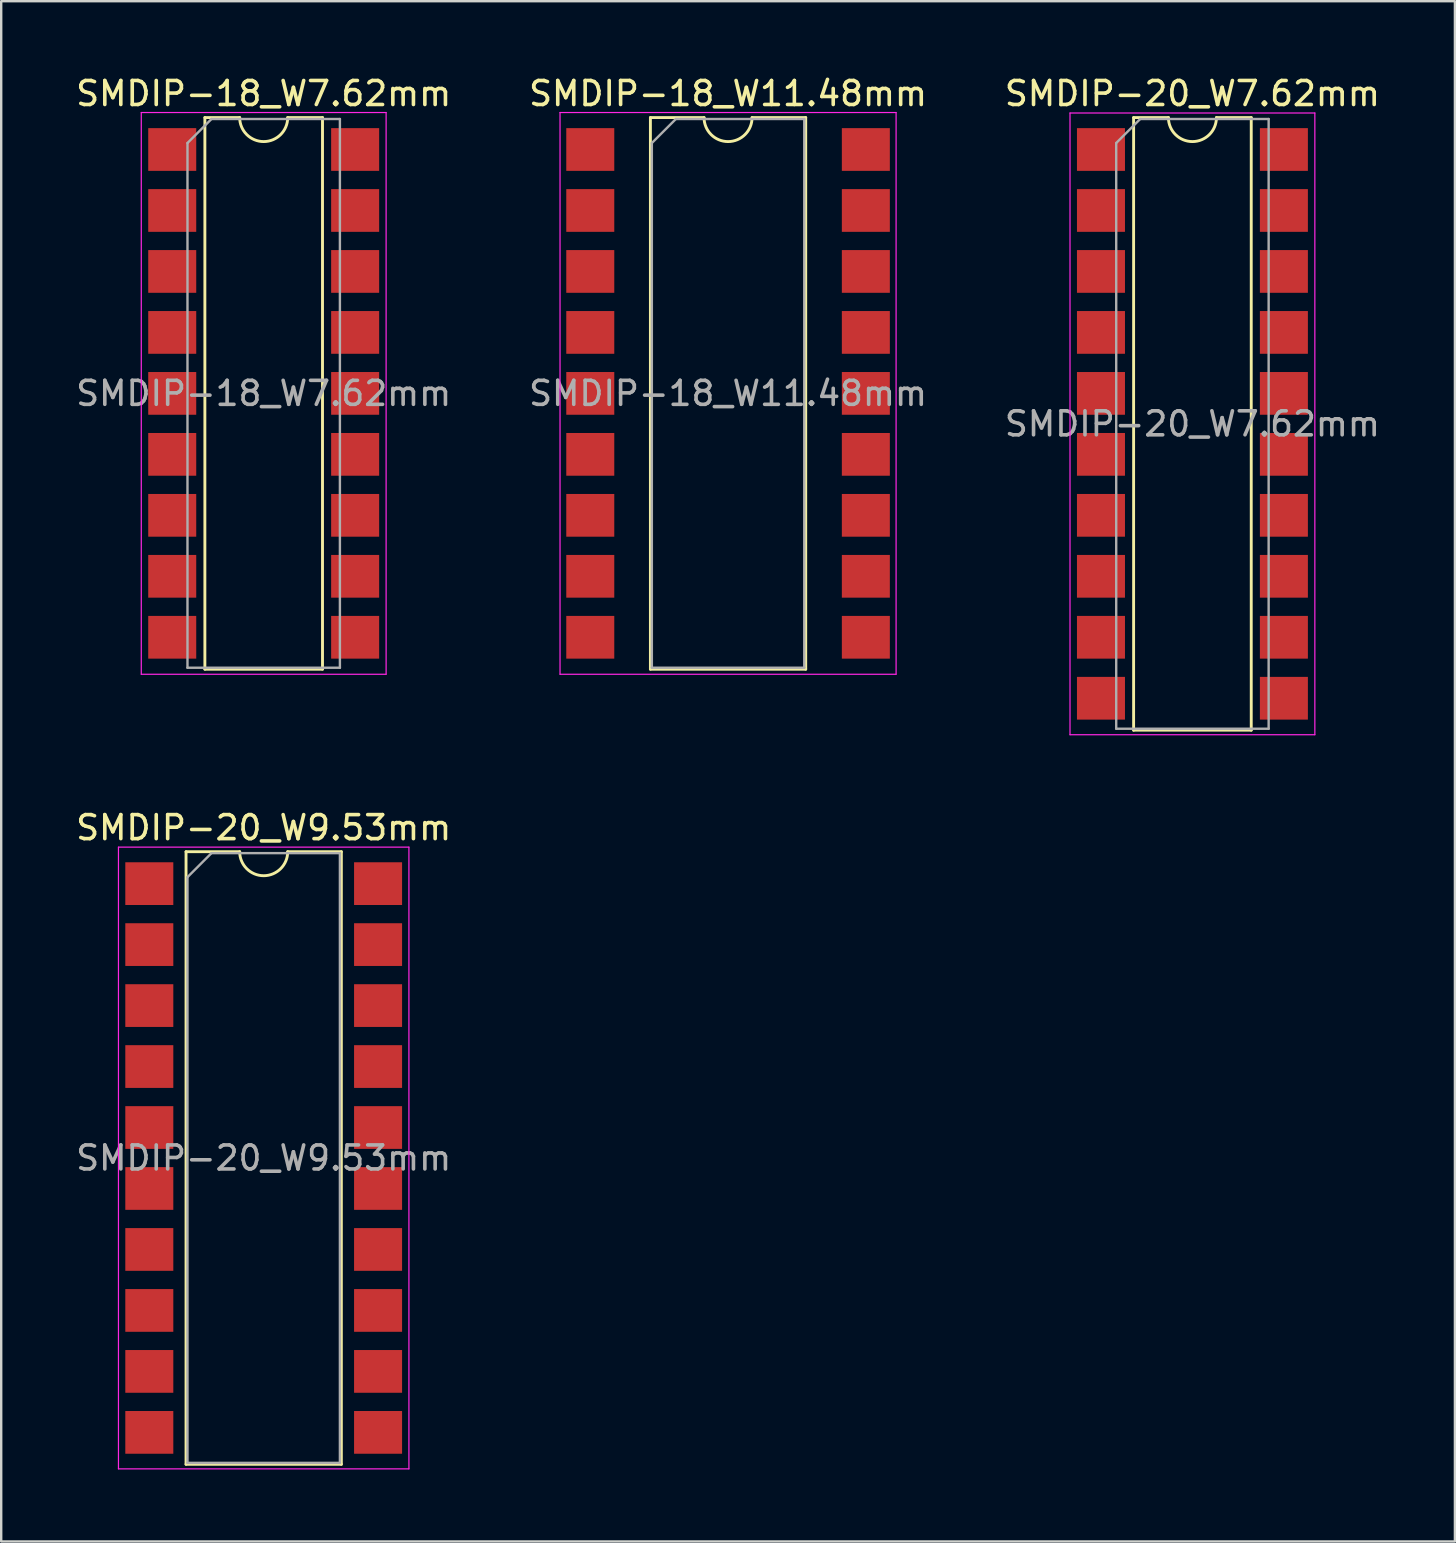
<source format=kicad_pcb>
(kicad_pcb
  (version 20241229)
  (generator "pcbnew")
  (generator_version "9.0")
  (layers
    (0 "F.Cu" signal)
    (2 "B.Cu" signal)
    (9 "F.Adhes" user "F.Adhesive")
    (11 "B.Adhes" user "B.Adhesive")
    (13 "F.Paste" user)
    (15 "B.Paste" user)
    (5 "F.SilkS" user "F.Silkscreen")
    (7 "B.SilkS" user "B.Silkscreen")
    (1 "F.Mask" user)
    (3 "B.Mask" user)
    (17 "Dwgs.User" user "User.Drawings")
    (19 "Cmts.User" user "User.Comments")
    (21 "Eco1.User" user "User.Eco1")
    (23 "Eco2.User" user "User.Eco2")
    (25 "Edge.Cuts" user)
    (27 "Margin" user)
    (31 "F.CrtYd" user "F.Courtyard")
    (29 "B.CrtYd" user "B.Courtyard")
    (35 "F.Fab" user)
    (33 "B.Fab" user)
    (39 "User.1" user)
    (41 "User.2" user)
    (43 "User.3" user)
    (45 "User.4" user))
  (footprint "SMDIP-18_W7.62mm"
    (layer "F.Cu")
    (at 7.935 13.338)
    (property "Reference" "SMDIP-18_W7.62mm" (at 0 -12.49 0) (layer "F.SilkS") (effects (font (size 1 1) (thickness 0.15))))
    (attr smd)
    (fp_line (start -2.45 -11.49) (end -2.45 11.49) (stroke (width 0.12) (type solid)) (layer "F.SilkS"))
    (fp_line (start -2.45 11.49) (end 2.45 11.49) (stroke (width 0.12) (type solid)) (layer "F.SilkS"))
    (fp_line (start -1 -11.49) (end -2.45 -11.49) (stroke (width 0.12) (type solid)) (layer "F.SilkS"))
    (fp_line (start 2.45 -11.49) (end 1 -11.49) (stroke (width 0.12) (type solid)) (layer "F.SilkS"))
    (fp_line (start 2.45 11.49) (end 2.45 -11.49) (stroke (width 0.12) (type solid)) (layer "F.SilkS"))
    (fp_arc (start 1 -11.49) (mid 0 -10.49) (end -1 -11.49) (stroke (width 0.12) (type solid)) (layer "F.SilkS"))
    (fp_line (start -5.1 -11.7) (end -5.1 11.7) (stroke (width 0.05) (type solid)) (layer "F.CrtYd"))
    (fp_line (start -5.1 11.7) (end 5.1 11.7) (stroke (width 0.05) (type solid)) (layer "F.CrtYd"))
    (fp_line (start 5.1 -11.7) (end -5.1 -11.7) (stroke (width 0.05) (type solid)) (layer "F.CrtYd"))
    (fp_line (start 5.1 11.7) (end 5.1 -11.7) (stroke (width 0.05) (type solid)) (layer "F.CrtYd"))
    (fp_line (start -3.175 -10.43) (end -2.175 -11.43) (stroke (width 0.1) (type solid)) (layer "F.Fab"))
    (fp_line (start -3.175 11.43) (end -3.175 -10.43) (stroke (width 0.1) (type solid)) (layer "F.Fab"))
    (fp_line (start -2.175 -11.43) (end 3.175 -11.43) (stroke (width 0.1) (type solid)) (layer "F.Fab"))
    (fp_line (start 3.175 -11.43) (end 3.175 11.43) (stroke (width 0.1) (type solid)) (layer "F.Fab"))
    (fp_line (start 3.175 11.43) (end -3.175 11.43) (stroke (width 0.1) (type solid)) (layer "F.Fab"))
    (fp_text user "${REFERENCE}" (at 0 0 0) (layer "F.Fab") (effects (font (size 1 1) (thickness 0.15))))
    (pad "1" smd rect (at -3.81 -10.16) (size 2 1.78) (layers "F.Cu" "F.Mask" "F.Paste"))
    (pad "2" smd rect (at -3.81 -7.62) (size 2 1.78) (layers "F.Cu" "F.Mask" "F.Paste"))
    (pad "3" smd rect (at -3.81 -5.08) (size 2 1.78) (layers "F.Cu" "F.Mask" "F.Paste"))
    (pad "4" smd rect (at -3.81 -2.54) (size 2 1.78) (layers "F.Cu" "F.Mask" "F.Paste"))
    (pad "5" smd rect (at -3.81 0) (size 2 1.78) (layers "F.Cu" "F.Mask" "F.Paste"))
    (pad "6" smd rect (at -3.81 2.54) (size 2 1.78) (layers "F.Cu" "F.Mask" "F.Paste"))
    (pad "7" smd rect (at -3.81 5.08) (size 2 1.78) (layers "F.Cu" "F.Mask" "F.Paste"))
    (pad "8" smd rect (at -3.81 7.62) (size 2 1.78) (layers "F.Cu" "F.Mask" "F.Paste"))
    (pad "9" smd rect (at -3.81 10.16) (size 2 1.78) (layers "F.Cu" "F.Mask" "F.Paste"))
    (pad "10" smd rect (at 3.81 10.16) (size 2 1.78) (layers "F.Cu" "F.Mask" "F.Paste"))
    (pad "11" smd rect (at 3.81 7.62) (size 2 1.78) (layers "F.Cu" "F.Mask" "F.Paste"))
    (pad "12" smd rect (at 3.81 5.08) (size 2 1.78) (layers "F.Cu" "F.Mask" "F.Paste"))
    (pad "13" smd rect (at 3.81 2.54) (size 2 1.78) (layers "F.Cu" "F.Mask" "F.Paste"))
    (pad "14" smd rect (at 3.81 0) (size 2 1.78) (layers "F.Cu" "F.Mask" "F.Paste"))
    (pad "15" smd rect (at 3.81 -2.54) (size 2 1.78) (layers "F.Cu" "F.Mask" "F.Paste"))
    (pad "16" smd rect (at 3.81 -5.08) (size 2 1.78) (layers "F.Cu" "F.Mask" "F.Paste"))
    (pad "17" smd rect (at 3.81 -7.62) (size 2 1.78) (layers "F.Cu" "F.Mask" "F.Paste"))
    (pad "18" smd rect (at 3.81 -10.16) (size 2 1.78) (layers "F.Cu" "F.Mask" "F.Paste")))
  (footprint "SMDIP-20_W9.53mm"
    (layer "F.Cu")
    (at 7.935 45.191)
    (property "Reference" "SMDIP-20_W9.53mm" (at 0 -13.76 0) (layer "F.SilkS") (effects (font (size 1 1) (thickness 0.15))))
    (attr smd)
    (fp_line (start -3.235 -12.76) (end -3.235 12.76) (stroke (width 0.12) (type solid)) (layer "F.SilkS"))
    (fp_line (start -3.235 12.76) (end 3.235 12.76) (stroke (width 0.12) (type solid)) (layer "F.SilkS"))
    (fp_line (start -1 -12.76) (end -3.235 -12.76) (stroke (width 0.12) (type solid)) (layer "F.SilkS"))
    (fp_line (start 3.235 -12.76) (end 1 -12.76) (stroke (width 0.12) (type solid)) (layer "F.SilkS"))
    (fp_line (start 3.235 12.76) (end 3.235 -12.76) (stroke (width 0.12) (type solid)) (layer "F.SilkS"))
    (fp_arc (start 1 -12.76) (mid 0 -11.76) (end -1 -12.76) (stroke (width 0.12) (type solid)) (layer "F.SilkS"))
    (fp_line (start -6.05 -12.95) (end -6.05 12.95) (stroke (width 0.05) (type solid)) (layer "F.CrtYd"))
    (fp_line (start -6.05 12.95) (end 6.05 12.95) (stroke (width 0.05) (type solid)) (layer "F.CrtYd"))
    (fp_line (start 6.05 -12.95) (end -6.05 -12.95) (stroke (width 0.05) (type solid)) (layer "F.CrtYd"))
    (fp_line (start 6.05 12.95) (end 6.05 -12.95) (stroke (width 0.05) (type solid)) (layer "F.CrtYd"))
    (fp_line (start -3.175 -11.7) (end -2.175 -12.7) (stroke (width 0.1) (type solid)) (layer "F.Fab"))
    (fp_line (start -3.175 12.7) (end -3.175 -11.7) (stroke (width 0.1) (type solid)) (layer "F.Fab"))
    (fp_line (start -2.175 -12.7) (end 3.175 -12.7) (stroke (width 0.1) (type solid)) (layer "F.Fab"))
    (fp_line (start 3.175 -12.7) (end 3.175 12.7) (stroke (width 0.1) (type solid)) (layer "F.Fab"))
    (fp_line (start 3.175 12.7) (end -3.175 12.7) (stroke (width 0.1) (type solid)) (layer "F.Fab"))
    (fp_text user "${REFERENCE}" (at 0 0 0) (layer "F.Fab") (effects (font (size 1 1) (thickness 0.15))))
    (pad "1" smd rect (at -4.765 -11.43) (size 2 1.78) (layers "F.Cu" "F.Mask" "F.Paste"))
    (pad "2" smd rect (at -4.765 -8.89) (size 2 1.78) (layers "F.Cu" "F.Mask" "F.Paste"))
    (pad "3" smd rect (at -4.765 -6.35) (size 2 1.78) (layers "F.Cu" "F.Mask" "F.Paste"))
    (pad "4" smd rect (at -4.765 -3.81) (size 2 1.78) (layers "F.Cu" "F.Mask" "F.Paste"))
    (pad "5" smd rect (at -4.765 -1.27) (size 2 1.78) (layers "F.Cu" "F.Mask" "F.Paste"))
    (pad "6" smd rect (at -4.765 1.27) (size 2 1.78) (layers "F.Cu" "F.Mask" "F.Paste"))
    (pad "7" smd rect (at -4.765 3.81) (size 2 1.78) (layers "F.Cu" "F.Mask" "F.Paste"))
    (pad "8" smd rect (at -4.765 6.35) (size 2 1.78) (layers "F.Cu" "F.Mask" "F.Paste"))
    (pad "9" smd rect (at -4.765 8.89) (size 2 1.78) (layers "F.Cu" "F.Mask" "F.Paste"))
    (pad "10" smd rect (at -4.765 11.43) (size 2 1.78) (layers "F.Cu" "F.Mask" "F.Paste"))
    (pad "11" smd rect (at 4.765 11.43) (size 2 1.78) (layers "F.Cu" "F.Mask" "F.Paste"))
    (pad "12" smd rect (at 4.765 8.89) (size 2 1.78) (layers "F.Cu" "F.Mask" "F.Paste"))
    (pad "13" smd rect (at 4.765 6.35) (size 2 1.78) (layers "F.Cu" "F.Mask" "F.Paste"))
    (pad "14" smd rect (at 4.765 3.81) (size 2 1.78) (layers "F.Cu" "F.Mask" "F.Paste"))
    (pad "15" smd rect (at 4.765 1.27) (size 2 1.78) (layers "F.Cu" "F.Mask" "F.Paste"))
    (pad "16" smd rect (at 4.765 -1.27) (size 2 1.78) (layers "F.Cu" "F.Mask" "F.Paste"))
    (pad "17" smd rect (at 4.765 -3.81) (size 2 1.78) (layers "F.Cu" "F.Mask" "F.Paste"))
    (pad "18" smd rect (at 4.765 -6.35) (size 2 1.78) (layers "F.Cu" "F.Mask" "F.Paste"))
    (pad "19" smd rect (at 4.765 -8.89) (size 2 1.78) (layers "F.Cu" "F.Mask" "F.Paste"))
    (pad "20" smd rect (at 4.765 -11.43) (size 2 1.78) (layers "F.Cu" "F.Mask" "F.Paste")))
  (footprint "SMDIP-18_W11.48mm"
    (layer "F.Cu")
    (at 27.28 13.338)
    (property "Reference" "SMDIP-18_W11.48mm" (at 0 -12.49 0) (layer "F.SilkS") (effects (font (size 1 1) (thickness 0.15))))
    (attr smd)
    (fp_line (start -3.235 -11.49) (end -3.235 11.49) (stroke (width 0.12) (type solid)) (layer "F.SilkS"))
    (fp_line (start -3.235 11.49) (end 3.235 11.49) (stroke (width 0.12) (type solid)) (layer "F.SilkS"))
    (fp_line (start -1 -11.49) (end -3.235 -11.49) (stroke (width 0.12) (type solid)) (layer "F.SilkS"))
    (fp_line (start 3.235 -11.49) (end 1 -11.49) (stroke (width 0.12) (type solid)) (layer "F.SilkS"))
    (fp_line (start 3.235 11.49) (end 3.235 -11.49) (stroke (width 0.12) (type solid)) (layer "F.SilkS"))
    (fp_arc (start 1 -11.49) (mid 0 -10.49) (end -1 -11.49) (stroke (width 0.12) (type solid)) (layer "F.SilkS"))
    (fp_line (start -7 -11.7) (end -7 11.7) (stroke (width 0.05) (type solid)) (layer "F.CrtYd"))
    (fp_line (start -7 11.7) (end 7 11.7) (stroke (width 0.05) (type solid)) (layer "F.CrtYd"))
    (fp_line (start 7 -11.7) (end -7 -11.7) (stroke (width 0.05) (type solid)) (layer "F.CrtYd"))
    (fp_line (start 7 11.7) (end 7 -11.7) (stroke (width 0.05) (type solid)) (layer "F.CrtYd"))
    (fp_line (start -3.175 -10.43) (end -2.175 -11.43) (stroke (width 0.1) (type solid)) (layer "F.Fab"))
    (fp_line (start -3.175 11.43) (end -3.175 -10.43) (stroke (width 0.1) (type solid)) (layer "F.Fab"))
    (fp_line (start -2.175 -11.43) (end 3.175 -11.43) (stroke (width 0.1) (type solid)) (layer "F.Fab"))
    (fp_line (start 3.175 -11.43) (end 3.175 11.43) (stroke (width 0.1) (type solid)) (layer "F.Fab"))
    (fp_line (start 3.175 11.43) (end -3.175 11.43) (stroke (width 0.1) (type solid)) (layer "F.Fab"))
    (fp_text user "${REFERENCE}" (at 0 0 0) (layer "F.Fab") (effects (font (size 1 1) (thickness 0.15))))
    (pad "1" smd rect (at -5.74 -10.16) (size 2 1.78) (layers "F.Cu" "F.Mask" "F.Paste"))
    (pad "2" smd rect (at -5.74 -7.62) (size 2 1.78) (layers "F.Cu" "F.Mask" "F.Paste"))
    (pad "3" smd rect (at -5.74 -5.08) (size 2 1.78) (layers "F.Cu" "F.Mask" "F.Paste"))
    (pad "4" smd rect (at -5.74 -2.54) (size 2 1.78) (layers "F.Cu" "F.Mask" "F.Paste"))
    (pad "5" smd rect (at -5.74 0) (size 2 1.78) (layers "F.Cu" "F.Mask" "F.Paste"))
    (pad "6" smd rect (at -5.74 2.54) (size 2 1.78) (layers "F.Cu" "F.Mask" "F.Paste"))
    (pad "7" smd rect (at -5.74 5.08) (size 2 1.78) (layers "F.Cu" "F.Mask" "F.Paste"))
    (pad "8" smd rect (at -5.74 7.62) (size 2 1.78) (layers "F.Cu" "F.Mask" "F.Paste"))
    (pad "9" smd rect (at -5.74 10.16) (size 2 1.78) (layers "F.Cu" "F.Mask" "F.Paste"))
    (pad "10" smd rect (at 5.74 10.16) (size 2 1.78) (layers "F.Cu" "F.Mask" "F.Paste"))
    (pad "11" smd rect (at 5.74 7.62) (size 2 1.78) (layers "F.Cu" "F.Mask" "F.Paste"))
    (pad "12" smd rect (at 5.74 5.08) (size 2 1.78) (layers "F.Cu" "F.Mask" "F.Paste"))
    (pad "13" smd rect (at 5.74 2.54) (size 2 1.78) (layers "F.Cu" "F.Mask" "F.Paste"))
    (pad "14" smd rect (at 5.74 0) (size 2 1.78) (layers "F.Cu" "F.Mask" "F.Paste"))
    (pad "15" smd rect (at 5.74 -2.54) (size 2 1.78) (layers "F.Cu" "F.Mask" "F.Paste"))
    (pad "16" smd rect (at 5.74 -5.08) (size 2 1.78) (layers "F.Cu" "F.Mask" "F.Paste"))
    (pad "17" smd rect (at 5.74 -7.62) (size 2 1.78) (layers "F.Cu" "F.Mask" "F.Paste"))
    (pad "18" smd rect (at 5.74 -10.16) (size 2 1.78) (layers "F.Cu" "F.Mask" "F.Paste")))
  (footprint "SMDIP-20_W7.62mm"
    (layer "F.Cu")
    (at 46.625 14.608)
    (property "Reference" "SMDIP-20_W7.62mm" (at 0 -13.76 0) (layer "F.SilkS") (effects (font (size 1 1) (thickness 0.15))))
    (attr smd)
    (fp_line (start -2.45 -12.76) (end -2.45 12.76) (stroke (width 0.12) (type solid)) (layer "F.SilkS"))
    (fp_line (start -2.45 12.76) (end 2.45 12.76) (stroke (width 0.12) (type solid)) (layer "F.SilkS"))
    (fp_line (start -1 -12.76) (end -2.45 -12.76) (stroke (width 0.12) (type solid)) (layer "F.SilkS"))
    (fp_line (start 2.45 -12.76) (end 1 -12.76) (stroke (width 0.12) (type solid)) (layer "F.SilkS"))
    (fp_line (start 2.45 12.76) (end 2.45 -12.76) (stroke (width 0.12) (type solid)) (layer "F.SilkS"))
    (fp_arc (start 1 -12.76) (mid 0 -11.76) (end -1 -12.76) (stroke (width 0.12) (type solid)) (layer "F.SilkS"))
    (fp_line (start -5.1 -12.95) (end -5.1 12.95) (stroke (width 0.05) (type solid)) (layer "F.CrtYd"))
    (fp_line (start -5.1 12.95) (end 5.1 12.95) (stroke (width 0.05) (type solid)) (layer "F.CrtYd"))
    (fp_line (start 5.1 -12.95) (end -5.1 -12.95) (stroke (width 0.05) (type solid)) (layer "F.CrtYd"))
    (fp_line (start 5.1 12.95) (end 5.1 -12.95) (stroke (width 0.05) (type solid)) (layer "F.CrtYd"))
    (fp_line (start -3.175 -11.7) (end -2.175 -12.7) (stroke (width 0.1) (type solid)) (layer "F.Fab"))
    (fp_line (start -3.175 12.7) (end -3.175 -11.7) (stroke (width 0.1) (type solid)) (layer "F.Fab"))
    (fp_line (start -2.175 -12.7) (end 3.175 -12.7) (stroke (width 0.1) (type solid)) (layer "F.Fab"))
    (fp_line (start 3.175 -12.7) (end 3.175 12.7) (stroke (width 0.1) (type solid)) (layer "F.Fab"))
    (fp_line (start 3.175 12.7) (end -3.175 12.7) (stroke (width 0.1) (type solid)) (layer "F.Fab"))
    (fp_text user "${REFERENCE}" (at 0 0 0) (layer "F.Fab") (effects (font (size 1 1) (thickness 0.15))))
    (pad "1" smd rect (at -3.81 -11.43) (size 2 1.78) (layers "F.Cu" "F.Mask" "F.Paste"))
    (pad "2" smd rect (at -3.81 -8.89) (size 2 1.78) (layers "F.Cu" "F.Mask" "F.Paste"))
    (pad "3" smd rect (at -3.81 -6.35) (size 2 1.78) (layers "F.Cu" "F.Mask" "F.Paste"))
    (pad "4" smd rect (at -3.81 -3.81) (size 2 1.78) (layers "F.Cu" "F.Mask" "F.Paste"))
    (pad "5" smd rect (at -3.81 -1.27) (size 2 1.78) (layers "F.Cu" "F.Mask" "F.Paste"))
    (pad "6" smd rect (at -3.81 1.27) (size 2 1.78) (layers "F.Cu" "F.Mask" "F.Paste"))
    (pad "7" smd rect (at -3.81 3.81) (size 2 1.78) (layers "F.Cu" "F.Mask" "F.Paste"))
    (pad "8" smd rect (at -3.81 6.35) (size 2 1.78) (layers "F.Cu" "F.Mask" "F.Paste"))
    (pad "9" smd rect (at -3.81 8.89) (size 2 1.78) (layers "F.Cu" "F.Mask" "F.Paste"))
    (pad "10" smd rect (at -3.81 11.43) (size 2 1.78) (layers "F.Cu" "F.Mask" "F.Paste"))
    (pad "11" smd rect (at 3.81 11.43) (size 2 1.78) (layers "F.Cu" "F.Mask" "F.Paste"))
    (pad "12" smd rect (at 3.81 8.89) (size 2 1.78) (layers "F.Cu" "F.Mask" "F.Paste"))
    (pad "13" smd rect (at 3.81 6.35) (size 2 1.78) (layers "F.Cu" "F.Mask" "F.Paste"))
    (pad "14" smd rect (at 3.81 3.81) (size 2 1.78) (layers "F.Cu" "F.Mask" "F.Paste"))
    (pad "15" smd rect (at 3.81 1.27) (size 2 1.78) (layers "F.Cu" "F.Mask" "F.Paste"))
    (pad "16" smd rect (at 3.81 -1.27) (size 2 1.78) (layers "F.Cu" "F.Mask" "F.Paste"))
    (pad "17" smd rect (at 3.81 -3.81) (size 2 1.78) (layers "F.Cu" "F.Mask" "F.Paste"))
    (pad "18" smd rect (at 3.81 -6.35) (size 2 1.78) (layers "F.Cu" "F.Mask" "F.Paste"))
    (pad "19" smd rect (at 3.81 -8.89) (size 2 1.78) (layers "F.Cu" "F.Mask" "F.Paste"))
    (pad "20" smd rect (at 3.81 -11.43) (size 2 1.78) (layers "F.Cu" "F.Mask" "F.Paste")))
  (gr_rect
    (start -3 -3)
    (end 57.56 61.166)
    (stroke (width 0.1) (type default))
    (fill no)
    (layer "Edge.Cuts")))
</source>
